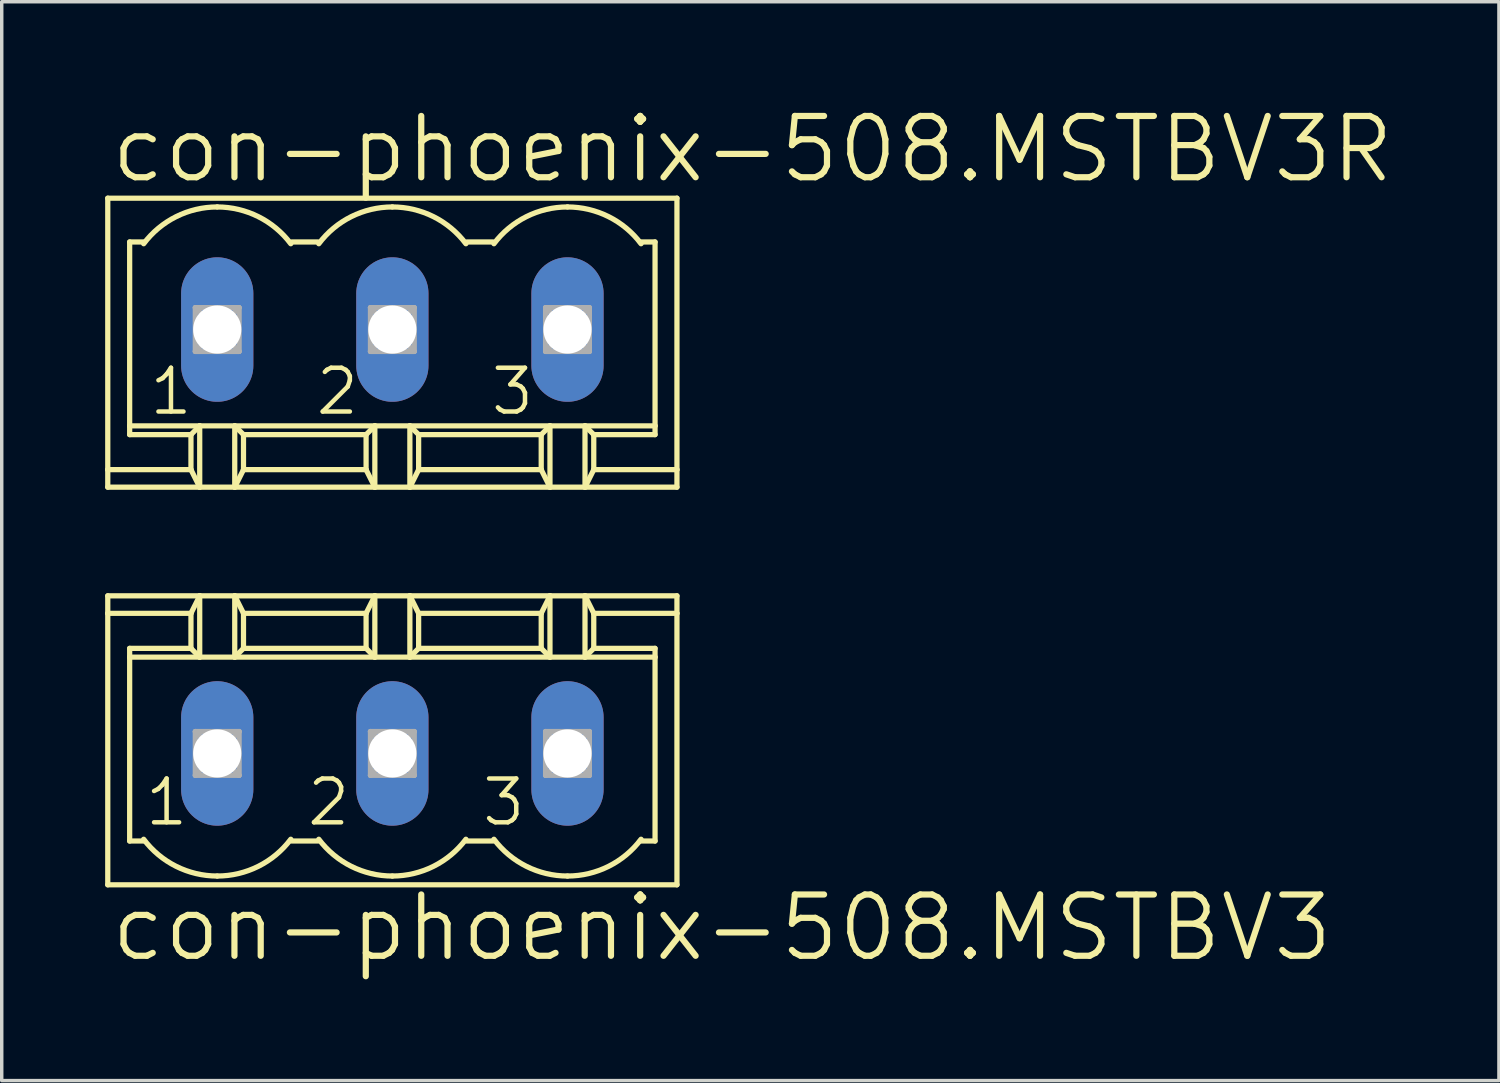
<source format=kicad_pcb>
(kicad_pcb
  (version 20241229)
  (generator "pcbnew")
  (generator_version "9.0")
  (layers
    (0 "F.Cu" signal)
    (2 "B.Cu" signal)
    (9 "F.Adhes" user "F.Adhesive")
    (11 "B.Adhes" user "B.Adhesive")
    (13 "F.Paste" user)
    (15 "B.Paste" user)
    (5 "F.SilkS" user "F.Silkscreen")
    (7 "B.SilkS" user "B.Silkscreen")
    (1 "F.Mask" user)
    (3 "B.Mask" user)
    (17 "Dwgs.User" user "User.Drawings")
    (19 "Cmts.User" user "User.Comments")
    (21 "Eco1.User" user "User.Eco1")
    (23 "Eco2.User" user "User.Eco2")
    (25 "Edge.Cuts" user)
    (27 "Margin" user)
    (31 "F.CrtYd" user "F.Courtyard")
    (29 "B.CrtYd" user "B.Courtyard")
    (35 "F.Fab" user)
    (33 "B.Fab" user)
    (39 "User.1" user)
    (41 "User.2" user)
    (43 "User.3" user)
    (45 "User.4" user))
  (footprint "con-phoenix-508.MSTBV3R"
    (layer "F.Cu")
    (at 8.331 6.509)
    (property "Reference" "con-phoenix-508.MSTBV3R" (at -8.255 -4.191 0) (layer "F.SilkS") (effects (font (size 1.778 1.778) (thickness 0.18)) (justify left bottom)))
    (attr through_hole)
    (fp_line (start -8.255 -3.81) (end -8.255 4.064) (stroke (width 0.152) (type default)) (layer "F.SilkS"))
    (fp_line (start -8.255 4.064) (end -8.255 4.572) (stroke (width 0.152) (type default)) (layer "F.SilkS"))
    (fp_line (start -7.62 2.794) (end -7.62 -2.54) (stroke (width 0.152) (type default)) (layer "F.SilkS"))
    (fp_line (start -7.62 3.048) (end -7.62 2.794) (stroke (width 0.152) (type default)) (layer "F.SilkS"))
    (fp_line (start -7.188 -2.54) (end -7.62 -2.54) (stroke (width 0.152) (type default)) (layer "F.SilkS"))
    (fp_line (start -5.842 3.048) (end -7.62 3.048) (stroke (width 0.152) (type default)) (layer "F.SilkS"))
    (fp_line (start -5.842 3.048) (end -5.588 2.794) (stroke (width 0.152) (type default)) (layer "F.SilkS"))
    (fp_line (start -5.842 4.064) (end -8.255 4.064) (stroke (width 0.152) (type default)) (layer "F.SilkS"))
    (fp_line (start -5.842 4.064) (end -5.842 3.048) (stroke (width 0.152) (type default)) (layer "F.SilkS"))
    (fp_line (start -5.588 2.794) (end -7.62 2.794) (stroke (width 0.152) (type default)) (layer "F.SilkS"))
    (fp_line (start -5.588 2.794) (end -5.588 4.572) (stroke (width 0.152) (type default)) (layer "F.SilkS"))
    (fp_line (start -5.588 4.572) (end -8.255 4.572) (stroke (width 0.152) (type default)) (layer "F.SilkS"))
    (fp_line (start -5.588 4.572) (end -5.842 4.064) (stroke (width 0.152) (type default)) (layer "F.SilkS"))
    (fp_line (start -4.572 2.794) (end -5.588 2.794) (stroke (width 0.152) (type default)) (layer "F.SilkS"))
    (fp_line (start -4.572 2.794) (end -4.572 4.572) (stroke (width 0.152) (type default)) (layer "F.SilkS"))
    (fp_line (start -4.572 4.572) (end -5.588 4.572) (stroke (width 0.152) (type default)) (layer "F.SilkS"))
    (fp_line (start -4.318 3.048) (end -4.572 2.794) (stroke (width 0.152) (type default)) (layer "F.SilkS"))
    (fp_line (start -4.318 3.048) (end -0.762 3.048) (stroke (width 0.152) (type default)) (layer "F.SilkS"))
    (fp_line (start -4.318 4.064) (end -4.572 4.572) (stroke (width 0.152) (type default)) (layer "F.SilkS"))
    (fp_line (start -4.318 4.064) (end -4.318 3.048) (stroke (width 0.152) (type default)) (layer "F.SilkS"))
    (fp_line (start -2.159 -2.54) (end -2.921 -2.54) (stroke (width 0.152) (type default)) (layer "F.SilkS"))
    (fp_line (start -0.762 3.048) (end -0.508 2.794) (stroke (width 0.152) (type default)) (layer "F.SilkS"))
    (fp_line (start -0.762 4.064) (end -4.318 4.064) (stroke (width 0.152) (type default)) (layer "F.SilkS"))
    (fp_line (start -0.762 4.064) (end -0.762 3.048) (stroke (width 0.152) (type default)) (layer "F.SilkS"))
    (fp_line (start -0.508 2.794) (end -4.572 2.794) (stroke (width 0.152) (type default)) (layer "F.SilkS"))
    (fp_line (start -0.508 2.794) (end -0.508 4.572) (stroke (width 0.152) (type default)) (layer "F.SilkS"))
    (fp_line (start -0.508 4.572) (end -4.572 4.572) (stroke (width 0.152) (type default)) (layer "F.SilkS"))
    (fp_line (start -0.508 4.572) (end -0.762 4.064) (stroke (width 0.152) (type default)) (layer "F.SilkS"))
    (fp_line (start 0.508 2.794) (end -0.508 2.794) (stroke (width 0.152) (type default)) (layer "F.SilkS"))
    (fp_line (start 0.508 2.794) (end 0.508 4.572) (stroke (width 0.152) (type default)) (layer "F.SilkS"))
    (fp_line (start 0.508 4.572) (end -0.508 4.572) (stroke (width 0.152) (type default)) (layer "F.SilkS"))
    (fp_line (start 0.762 3.048) (end 0.508 2.794) (stroke (width 0.152) (type default)) (layer "F.SilkS"))
    (fp_line (start 0.762 3.048) (end 4.318 3.048) (stroke (width 0.152) (type default)) (layer "F.SilkS"))
    (fp_line (start 0.762 4.064) (end 0.508 4.572) (stroke (width 0.152) (type default)) (layer "F.SilkS"))
    (fp_line (start 0.762 4.064) (end 0.762 3.048) (stroke (width 0.152) (type default)) (layer "F.SilkS"))
    (fp_line (start 2.921 -2.54) (end 2.159 -2.54) (stroke (width 0.152) (type default)) (layer "F.SilkS"))
    (fp_line (start 4.318 3.048) (end 4.572 2.794) (stroke (width 0.152) (type default)) (layer "F.SilkS"))
    (fp_line (start 4.318 4.064) (end 0.762 4.064) (stroke (width 0.152) (type default)) (layer "F.SilkS"))
    (fp_line (start 4.318 4.064) (end 4.318 3.048) (stroke (width 0.152) (type default)) (layer "F.SilkS"))
    (fp_line (start 4.572 2.794) (end 0.508 2.794) (stroke (width 0.152) (type default)) (layer "F.SilkS"))
    (fp_line (start 4.572 2.794) (end 4.572 4.572) (stroke (width 0.152) (type default)) (layer "F.SilkS"))
    (fp_line (start 4.572 4.572) (end 0.508 4.572) (stroke (width 0.152) (type default)) (layer "F.SilkS"))
    (fp_line (start 4.572 4.572) (end 4.318 4.064) (stroke (width 0.152) (type default)) (layer "F.SilkS"))
    (fp_line (start 5.588 2.794) (end 4.572 2.794) (stroke (width 0.152) (type default)) (layer "F.SilkS"))
    (fp_line (start 5.588 2.794) (end 5.588 4.572) (stroke (width 0.152) (type default)) (layer "F.SilkS"))
    (fp_line (start 5.588 4.572) (end 4.572 4.572) (stroke (width 0.152) (type default)) (layer "F.SilkS"))
    (fp_line (start 5.842 3.048) (end 5.588 2.794) (stroke (width 0.152) (type default)) (layer "F.SilkS"))
    (fp_line (start 5.842 3.048) (end 7.62 3.048) (stroke (width 0.152) (type default)) (layer "F.SilkS"))
    (fp_line (start 5.842 4.064) (end 5.588 4.572) (stroke (width 0.152) (type default)) (layer "F.SilkS"))
    (fp_line (start 5.842 4.064) (end 5.842 3.048) (stroke (width 0.152) (type default)) (layer "F.SilkS"))
    (fp_line (start 7.62 -2.54) (end 7.188 -2.54) (stroke (width 0.152) (type default)) (layer "F.SilkS"))
    (fp_line (start 7.62 -2.54) (end 7.62 2.794) (stroke (width 0.152) (type default)) (layer "F.SilkS"))
    (fp_line (start 7.62 2.794) (end 5.588 2.794) (stroke (width 0.152) (type default)) (layer "F.SilkS"))
    (fp_line (start 7.62 2.794) (end 7.62 3.048) (stroke (width 0.152) (type default)) (layer "F.SilkS"))
    (fp_line (start 8.255 -3.81) (end -8.255 -3.81) (stroke (width 0.152) (type default)) (layer "F.SilkS"))
    (fp_line (start 8.255 4.064) (end 5.842 4.064) (stroke (width 0.152) (type default)) (layer "F.SilkS"))
    (fp_line (start 8.255 4.064) (end 8.255 -3.81) (stroke (width 0.152) (type default)) (layer "F.SilkS"))
    (fp_line (start 8.255 4.572) (end 5.588 4.572) (stroke (width 0.152) (type default)) (layer "F.SilkS"))
    (fp_line (start 8.255 4.572) (end 8.255 4.064) (stroke (width 0.152) (type default)) (layer "F.SilkS"))
    (fp_arc (start -7.2136 -2.4892) (mid -6.272719 -3.274437) (end -5.08 -3.556) (stroke (width 0.1524) (type default)) (layer "F.SilkS"))
    (fp_arc (start -5.08 -3.556) (mid -3.887281 -3.274437) (end -2.9464 -2.4892) (stroke (width 0.1524) (type default)) (layer "F.SilkS"))
    (fp_arc (start -2.1336 -2.4892) (mid -1.192719 -3.274437) (end 0 -3.556) (stroke (width 0.1524) (type default)) (layer "F.SilkS"))
    (fp_arc (start 0 -3.556) (mid 1.192719 -3.274437) (end 2.1336 -2.4892) (stroke (width 0.1524) (type default)) (layer "F.SilkS"))
    (fp_arc (start 2.9464 -2.4892) (mid 3.887281 -3.274437) (end 5.08 -3.556) (stroke (width 0.1524) (type default)) (layer "F.SilkS"))
    (fp_arc (start 5.08 -3.556) (mid 6.272719 -3.274437) (end 7.2136 -2.4892) (stroke (width 0.1524) (type default)) (layer "F.SilkS"))
    (fp_line (start -5.715 -0.635) (end -5.715 0.635) (stroke (width 0.152) (type default)) (layer "F.Fab"))
    (fp_line (start -5.715 0.635) (end -4.445 0.635) (stroke (width 0.152) (type default)) (layer "F.Fab"))
    (fp_line (start -4.445 -0.635) (end -5.715 -0.635) (stroke (width 0.152) (type default)) (layer "F.Fab"))
    (fp_line (start -4.445 -0.635) (end -5.715 0.635) (stroke (width 0.152) (type default)) (layer "F.Fab"))
    (fp_line (start -4.445 0.635) (end -5.715 -0.635) (stroke (width 0.152) (type default)) (layer "F.Fab"))
    (fp_line (start -4.445 0.635) (end -4.445 -0.635) (stroke (width 0.152) (type default)) (layer "F.Fab"))
    (fp_line (start -0.635 -0.635) (end -0.635 0.635) (stroke (width 0.152) (type default)) (layer "F.Fab"))
    (fp_line (start -0.635 0.635) (end 0.635 0.635) (stroke (width 0.152) (type default)) (layer "F.Fab"))
    (fp_line (start 0.635 -0.635) (end -0.635 -0.635) (stroke (width 0.152) (type default)) (layer "F.Fab"))
    (fp_line (start 0.635 -0.635) (end -0.635 0.635) (stroke (width 0.152) (type default)) (layer "F.Fab"))
    (fp_line (start 0.635 0.635) (end -0.635 -0.635) (stroke (width 0.152) (type default)) (layer "F.Fab"))
    (fp_line (start 0.635 0.635) (end 0.635 -0.635) (stroke (width 0.152) (type default)) (layer "F.Fab"))
    (fp_line (start 4.445 -0.635) (end 4.445 0.635) (stroke (width 0.152) (type default)) (layer "F.Fab"))
    (fp_line (start 4.445 0.635) (end 5.715 0.635) (stroke (width 0.152) (type default)) (layer "F.Fab"))
    (fp_line (start 5.715 -0.635) (end 4.445 -0.635) (stroke (width 0.152) (type default)) (layer "F.Fab"))
    (fp_line (start 5.715 -0.635) (end 4.445 0.635) (stroke (width 0.152) (type default)) (layer "F.Fab"))
    (fp_line (start 5.715 0.635) (end 4.445 -0.635) (stroke (width 0.152) (type default)) (layer "F.Fab"))
    (fp_line (start 5.715 0.635) (end 5.715 -0.635) (stroke (width 0.152) (type default)) (layer "F.Fab"))
    (fp_text user "2" (at -2.286 2.54 0) (layer "F.SilkS") (effects (font (size 1.27 1.27) (thickness 0.13)) (justify left bottom)))
    (fp_text user "1" (at -7.112 2.54 0) (layer "F.SilkS") (effects (font (size 1.27 1.27) (thickness 0.13)) (justify left bottom)))
    (fp_text user "3" (at 2.794 2.54 0) (layer "F.SilkS") (effects (font (size 1.27 1.27) (thickness 0.13)) (justify left bottom)))
    (pad "1" thru_hole oval (at -5.08 0 90) (size 4.191 2.095) (drill 1.397) (layers "*.Cu" "*.Mask"))
    (pad "2" thru_hole oval (at 0 0 90) (size 4.191 2.095) (drill 1.397) (layers "*.Cu" "*.Mask"))
    (pad "3" thru_hole oval (at 5.08 0 90) (size 4.191 2.095) (drill 1.397) (layers "*.Cu" "*.Mask")))
  (footprint "con-phoenix-508.MSTBV3"
    (layer "F.Cu")
    (at 8.331 18.805)
    (property "Reference" "con-phoenix-508.MSTBV3" (at -8.255 6.096 0) (layer "F.SilkS") (effects (font (size 1.778 1.778) (thickness 0.18)) (justify left bottom)))
    (attr through_hole)
    (fp_line (start -8.255 -4.572) (end -8.255 -4.064) (stroke (width 0.152) (type default)) (layer "F.SilkS"))
    (fp_line (start -8.255 -4.572) (end -5.588 -4.572) (stroke (width 0.152) (type default)) (layer "F.SilkS"))
    (fp_line (start -8.255 -4.064) (end -8.255 3.81) (stroke (width 0.152) (type default)) (layer "F.SilkS"))
    (fp_line (start -8.255 -4.064) (end -5.842 -4.064) (stroke (width 0.152) (type default)) (layer "F.SilkS"))
    (fp_line (start -8.255 3.81) (end 8.255 3.81) (stroke (width 0.152) (type default)) (layer "F.SilkS"))
    (fp_line (start -7.62 -2.794) (end -7.62 -3.048) (stroke (width 0.152) (type default)) (layer "F.SilkS"))
    (fp_line (start -7.62 -2.794) (end -5.588 -2.794) (stroke (width 0.152) (type default)) (layer "F.SilkS"))
    (fp_line (start -7.62 2.54) (end -7.62 -2.794) (stroke (width 0.152) (type default)) (layer "F.SilkS"))
    (fp_line (start -7.62 2.54) (end -7.188 2.54) (stroke (width 0.152) (type default)) (layer "F.SilkS"))
    (fp_line (start -5.842 -4.064) (end -5.842 -3.048) (stroke (width 0.152) (type default)) (layer "F.SilkS"))
    (fp_line (start -5.842 -4.064) (end -5.588 -4.572) (stroke (width 0.152) (type default)) (layer "F.SilkS"))
    (fp_line (start -5.842 -3.048) (end -7.62 -3.048) (stroke (width 0.152) (type default)) (layer "F.SilkS"))
    (fp_line (start -5.842 -3.048) (end -5.588 -2.794) (stroke (width 0.152) (type default)) (layer "F.SilkS"))
    (fp_line (start -5.588 -4.572) (end -4.572 -4.572) (stroke (width 0.152) (type default)) (layer "F.SilkS"))
    (fp_line (start -5.588 -2.794) (end -5.588 -4.572) (stroke (width 0.152) (type default)) (layer "F.SilkS"))
    (fp_line (start -5.588 -2.794) (end -4.572 -2.794) (stroke (width 0.152) (type default)) (layer "F.SilkS"))
    (fp_line (start -4.572 -4.572) (end -4.318 -4.064) (stroke (width 0.152) (type default)) (layer "F.SilkS"))
    (fp_line (start -4.572 -4.572) (end -0.508 -4.572) (stroke (width 0.152) (type default)) (layer "F.SilkS"))
    (fp_line (start -4.572 -2.794) (end -4.572 -4.572) (stroke (width 0.152) (type default)) (layer "F.SilkS"))
    (fp_line (start -4.572 -2.794) (end -0.508 -2.794) (stroke (width 0.152) (type default)) (layer "F.SilkS"))
    (fp_line (start -4.318 -4.064) (end -4.318 -3.048) (stroke (width 0.152) (type default)) (layer "F.SilkS"))
    (fp_line (start -4.318 -4.064) (end -0.762 -4.064) (stroke (width 0.152) (type default)) (layer "F.SilkS"))
    (fp_line (start -4.318 -3.048) (end -4.572 -2.794) (stroke (width 0.152) (type default)) (layer "F.SilkS"))
    (fp_line (start -2.921 2.54) (end -2.159 2.54) (stroke (width 0.152) (type default)) (layer "F.SilkS"))
    (fp_line (start -0.762 -4.064) (end -0.762 -3.048) (stroke (width 0.152) (type default)) (layer "F.SilkS"))
    (fp_line (start -0.762 -4.064) (end -0.508 -4.572) (stroke (width 0.152) (type default)) (layer "F.SilkS"))
    (fp_line (start -0.762 -3.048) (end -4.318 -3.048) (stroke (width 0.152) (type default)) (layer "F.SilkS"))
    (fp_line (start -0.762 -3.048) (end -0.508 -2.794) (stroke (width 0.152) (type default)) (layer "F.SilkS"))
    (fp_line (start -0.508 -4.572) (end 0.508 -4.572) (stroke (width 0.152) (type default)) (layer "F.SilkS"))
    (fp_line (start -0.508 -2.794) (end -0.508 -4.572) (stroke (width 0.152) (type default)) (layer "F.SilkS"))
    (fp_line (start -0.508 -2.794) (end 0.508 -2.794) (stroke (width 0.152) (type default)) (layer "F.SilkS"))
    (fp_line (start 0.508 -4.572) (end 0.762 -4.064) (stroke (width 0.152) (type default)) (layer "F.SilkS"))
    (fp_line (start 0.508 -4.572) (end 4.572 -4.572) (stroke (width 0.152) (type default)) (layer "F.SilkS"))
    (fp_line (start 0.508 -2.794) (end 0.508 -4.572) (stroke (width 0.152) (type default)) (layer "F.SilkS"))
    (fp_line (start 0.508 -2.794) (end 4.572 -2.794) (stroke (width 0.152) (type default)) (layer "F.SilkS"))
    (fp_line (start 0.762 -4.064) (end 0.762 -3.048) (stroke (width 0.152) (type default)) (layer "F.SilkS"))
    (fp_line (start 0.762 -4.064) (end 4.318 -4.064) (stroke (width 0.152) (type default)) (layer "F.SilkS"))
    (fp_line (start 0.762 -3.048) (end 0.508 -2.794) (stroke (width 0.152) (type default)) (layer "F.SilkS"))
    (fp_line (start 2.159 2.54) (end 2.921 2.54) (stroke (width 0.152) (type default)) (layer "F.SilkS"))
    (fp_line (start 4.318 -4.064) (end 4.318 -3.048) (stroke (width 0.152) (type default)) (layer "F.SilkS"))
    (fp_line (start 4.318 -4.064) (end 4.572 -4.572) (stroke (width 0.152) (type default)) (layer "F.SilkS"))
    (fp_line (start 4.318 -3.048) (end 0.762 -3.048) (stroke (width 0.152) (type default)) (layer "F.SilkS"))
    (fp_line (start 4.318 -3.048) (end 4.572 -2.794) (stroke (width 0.152) (type default)) (layer "F.SilkS"))
    (fp_line (start 4.572 -4.572) (end 5.588 -4.572) (stroke (width 0.152) (type default)) (layer "F.SilkS"))
    (fp_line (start 4.572 -2.794) (end 4.572 -4.572) (stroke (width 0.152) (type default)) (layer "F.SilkS"))
    (fp_line (start 4.572 -2.794) (end 5.588 -2.794) (stroke (width 0.152) (type default)) (layer "F.SilkS"))
    (fp_line (start 5.588 -4.572) (end 5.842 -4.064) (stroke (width 0.152) (type default)) (layer "F.SilkS"))
    (fp_line (start 5.588 -4.572) (end 8.255 -4.572) (stroke (width 0.152) (type default)) (layer "F.SilkS"))
    (fp_line (start 5.588 -2.794) (end 5.588 -4.572) (stroke (width 0.152) (type default)) (layer "F.SilkS"))
    (fp_line (start 5.588 -2.794) (end 7.62 -2.794) (stroke (width 0.152) (type default)) (layer "F.SilkS"))
    (fp_line (start 5.842 -4.064) (end 5.842 -3.048) (stroke (width 0.152) (type default)) (layer "F.SilkS"))
    (fp_line (start 5.842 -4.064) (end 8.255 -4.064) (stroke (width 0.152) (type default)) (layer "F.SilkS"))
    (fp_line (start 5.842 -3.048) (end 5.588 -2.794) (stroke (width 0.152) (type default)) (layer "F.SilkS"))
    (fp_line (start 5.842 -3.048) (end 7.62 -3.048) (stroke (width 0.152) (type default)) (layer "F.SilkS"))
    (fp_line (start 7.188 2.54) (end 7.62 2.54) (stroke (width 0.152) (type default)) (layer "F.SilkS"))
    (fp_line (start 7.62 -3.048) (end 7.62 -2.794) (stroke (width 0.152) (type default)) (layer "F.SilkS"))
    (fp_line (start 7.62 -2.794) (end 7.62 2.54) (stroke (width 0.152) (type default)) (layer "F.SilkS"))
    (fp_line (start 8.255 -4.064) (end 8.255 -4.572) (stroke (width 0.152) (type default)) (layer "F.SilkS"))
    (fp_line (start 8.255 3.81) (end 8.255 -4.064) (stroke (width 0.152) (type default)) (layer "F.SilkS"))
    (fp_arc (start -5.08 3.556) (mid -6.272719 3.274437) (end -7.2136 2.4892) (stroke (width 0.1524) (type default)) (layer "F.SilkS"))
    (fp_arc (start -2.9464 2.4892) (mid -3.887281 3.274437) (end -5.08 3.556) (stroke (width 0.1524) (type default)) (layer "F.SilkS"))
    (fp_arc (start 0 3.556) (mid -1.192719 3.274437) (end -2.1336 2.4892) (stroke (width 0.1524) (type default)) (layer "F.SilkS"))
    (fp_arc (start 2.1336 2.4892) (mid 1.192719 3.274437) (end 0 3.556) (stroke (width 0.1524) (type default)) (layer "F.SilkS"))
    (fp_arc (start 5.08 3.556) (mid 3.887281 3.274437) (end 2.9464 2.4892) (stroke (width 0.1524) (type default)) (layer "F.SilkS"))
    (fp_arc (start 7.2136 2.4892) (mid 6.272719 3.274437) (end 5.08 3.556) (stroke (width 0.1524) (type default)) (layer "F.SilkS"))
    (fp_line (start -5.715 -0.635) (end -5.715 0.635) (stroke (width 0.152) (type default)) (layer "F.Fab"))
    (fp_line (start -5.715 -0.635) (end -4.445 0.635) (stroke (width 0.152) (type default)) (layer "F.Fab"))
    (fp_line (start -5.715 0.635) (end -4.445 -0.635) (stroke (width 0.152) (type default)) (layer "F.Fab"))
    (fp_line (start -5.715 0.635) (end -4.445 0.635) (stroke (width 0.152) (type default)) (layer "F.Fab"))
    (fp_line (start -4.445 -0.635) (end -5.715 -0.635) (stroke (width 0.152) (type default)) (layer "F.Fab"))
    (fp_line (start -4.445 0.635) (end -4.445 -0.635) (stroke (width 0.152) (type default)) (layer "F.Fab"))
    (fp_line (start -0.635 -0.635) (end -0.635 0.635) (stroke (width 0.152) (type default)) (layer "F.Fab"))
    (fp_line (start -0.635 -0.635) (end 0.635 0.635) (stroke (width 0.152) (type default)) (layer "F.Fab"))
    (fp_line (start -0.635 0.635) (end 0.635 -0.635) (stroke (width 0.152) (type default)) (layer "F.Fab"))
    (fp_line (start -0.635 0.635) (end 0.635 0.635) (stroke (width 0.152) (type default)) (layer "F.Fab"))
    (fp_line (start 0.635 -0.635) (end -0.635 -0.635) (stroke (width 0.152) (type default)) (layer "F.Fab"))
    (fp_line (start 0.635 0.635) (end 0.635 -0.635) (stroke (width 0.152) (type default)) (layer "F.Fab"))
    (fp_line (start 4.445 -0.635) (end 4.445 0.635) (stroke (width 0.152) (type default)) (layer "F.Fab"))
    (fp_line (start 4.445 -0.635) (end 5.715 0.635) (stroke (width 0.152) (type default)) (layer "F.Fab"))
    (fp_line (start 4.445 0.635) (end 5.715 -0.635) (stroke (width 0.152) (type default)) (layer "F.Fab"))
    (fp_line (start 4.445 0.635) (end 5.715 0.635) (stroke (width 0.152) (type default)) (layer "F.Fab"))
    (fp_line (start 5.715 -0.635) (end 4.445 -0.635) (stroke (width 0.152) (type default)) (layer "F.Fab"))
    (fp_line (start 5.715 0.635) (end 5.715 -0.635) (stroke (width 0.152) (type default)) (layer "F.Fab"))
    (fp_text user "2" (at -2.54 2.159 0) (layer "F.SilkS") (effects (font (size 1.27 1.27) (thickness 0.13)) (justify left bottom)))
    (fp_text user "3" (at 2.54 2.159 0) (layer "F.SilkS") (effects (font (size 1.27 1.27) (thickness 0.13)) (justify left bottom)))
    (fp_text user "1" (at -7.239 2.159 0) (layer "F.SilkS") (effects (font (size 1.27 1.27) (thickness 0.13)) (justify left bottom)))
    (pad "1" thru_hole oval (at -5.08 0 90) (size 4.191 2.095) (drill 1.397) (layers "*.Cu" "*.Mask"))
    (pad "2" thru_hole oval (at 0 0 90) (size 4.191 2.095) (drill 1.397) (layers "*.Cu" "*.Mask"))
    (pad "3" thru_hole oval (at 5.08 0 90) (size 4.191 2.095) (drill 1.397) (layers "*.Cu" "*.Mask")))
  (gr_rect
    (start -3 -3)
    (end 40.429 28.295)
    (stroke (width 0.1) (type default))
    (fill no)
    (layer "Edge.Cuts")))
</source>
